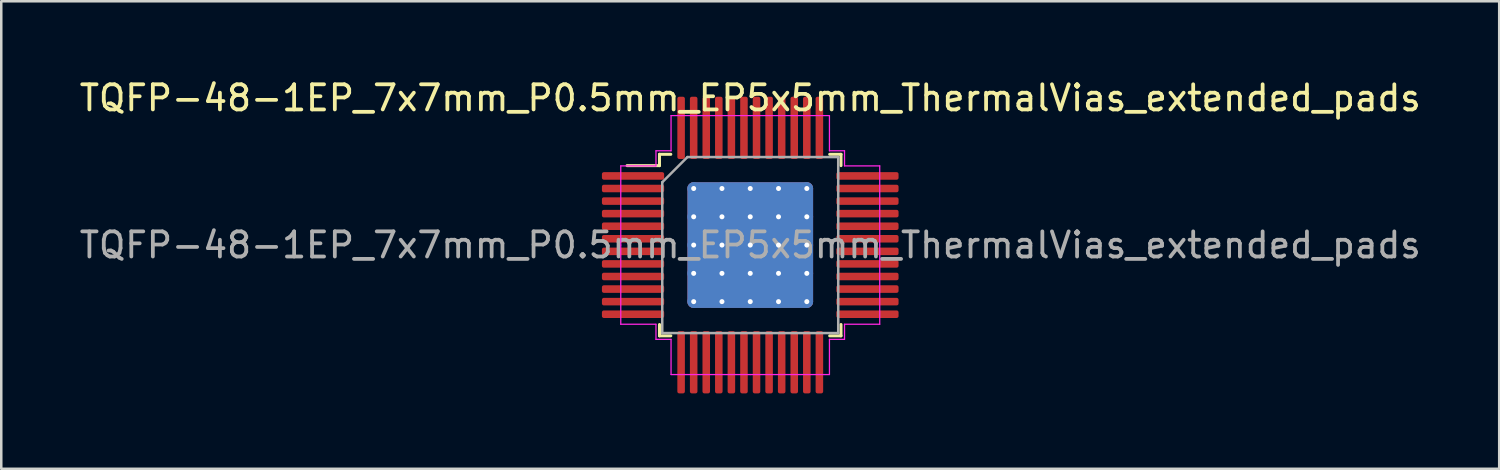
<source format=kicad_pcb>
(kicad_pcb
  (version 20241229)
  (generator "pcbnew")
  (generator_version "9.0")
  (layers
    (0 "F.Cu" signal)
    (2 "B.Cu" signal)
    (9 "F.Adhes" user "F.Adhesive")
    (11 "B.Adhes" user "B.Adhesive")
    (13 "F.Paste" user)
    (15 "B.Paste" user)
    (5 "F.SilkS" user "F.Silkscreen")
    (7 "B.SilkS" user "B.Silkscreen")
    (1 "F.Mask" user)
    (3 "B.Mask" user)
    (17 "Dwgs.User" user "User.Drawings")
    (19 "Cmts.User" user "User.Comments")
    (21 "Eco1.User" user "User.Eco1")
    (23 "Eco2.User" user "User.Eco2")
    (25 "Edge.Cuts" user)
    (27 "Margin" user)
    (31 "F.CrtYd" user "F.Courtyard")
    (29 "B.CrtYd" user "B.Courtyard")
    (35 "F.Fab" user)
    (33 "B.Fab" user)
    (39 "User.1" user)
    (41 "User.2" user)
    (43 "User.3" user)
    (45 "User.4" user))
  (footprint "TQFP-48-1EP_7x7mm_P0.5mm_EP5x5mm_ThermalVias_extended_pads"
    (layer "F.Cu")
    (at 26.792 6.698)
    (property "Reference" "TQFP-48-1EP_7x7mm_P0.5mm_EP5x5mm_ThermalVias_extended_pads" (at 0 -5.85 0) (layer "F.SilkS") (effects (font (size 1 1) (thickness 0.15))))
    (attr smd)
    (fp_line (start -3.61 -3.61) (end -3.61 -3.16) (stroke (width 0.12) (type solid)) (layer "F.SilkS"))
    (fp_line (start -3.61 -3.16) (end -4.9 -3.16) (stroke (width 0.12) (type solid)) (layer "F.SilkS"))
    (fp_line (start -3.61 3.61) (end -3.61 3.16) (stroke (width 0.12) (type solid)) (layer "F.SilkS"))
    (fp_line (start -3.16 -3.61) (end -3.61 -3.61) (stroke (width 0.12) (type solid)) (layer "F.SilkS"))
    (fp_line (start -3.16 3.61) (end -3.61 3.61) (stroke (width 0.12) (type solid)) (layer "F.SilkS"))
    (fp_line (start 3.16 -3.61) (end 3.61 -3.61) (stroke (width 0.12) (type solid)) (layer "F.SilkS"))
    (fp_line (start 3.16 3.61) (end 3.61 3.61) (stroke (width 0.12) (type solid)) (layer "F.SilkS"))
    (fp_line (start 3.61 -3.61) (end 3.61 -3.16) (stroke (width 0.12) (type solid)) (layer "F.SilkS"))
    (fp_line (start 3.61 3.61) (end 3.61 3.16) (stroke (width 0.12) (type solid)) (layer "F.SilkS"))
    (fp_line (start -5.15 -3.15) (end -5.15 0) (stroke (width 0.05) (type solid)) (layer "F.CrtYd"))
    (fp_line (start -5.15 3.15) (end -5.15 0) (stroke (width 0.05) (type solid)) (layer "F.CrtYd"))
    (fp_line (start -3.75 -3.75) (end -3.75 -3.15) (stroke (width 0.05) (type solid)) (layer "F.CrtYd"))
    (fp_line (start -3.75 -3.15) (end -5.15 -3.15) (stroke (width 0.05) (type solid)) (layer "F.CrtYd"))
    (fp_line (start -3.75 3.15) (end -5.15 3.15) (stroke (width 0.05) (type solid)) (layer "F.CrtYd"))
    (fp_line (start -3.75 3.75) (end -3.75 3.15) (stroke (width 0.05) (type solid)) (layer "F.CrtYd"))
    (fp_line (start -3.15 -5.15) (end -3.15 -3.75) (stroke (width 0.05) (type solid)) (layer "F.CrtYd"))
    (fp_line (start -3.15 -3.75) (end -3.75 -3.75) (stroke (width 0.05) (type solid)) (layer "F.CrtYd"))
    (fp_line (start -3.15 3.75) (end -3.75 3.75) (stroke (width 0.05) (type solid)) (layer "F.CrtYd"))
    (fp_line (start -3.15 5.15) (end -3.15 3.75) (stroke (width 0.05) (type solid)) (layer "F.CrtYd"))
    (fp_line (start 0 -5.15) (end -3.15 -5.15) (stroke (width 0.05) (type solid)) (layer "F.CrtYd"))
    (fp_line (start 0 -5.15) (end 3.15 -5.15) (stroke (width 0.05) (type solid)) (layer "F.CrtYd"))
    (fp_line (start 0 5.15) (end -3.15 5.15) (stroke (width 0.05) (type solid)) (layer "F.CrtYd"))
    (fp_line (start 0 5.15) (end 3.15 5.15) (stroke (width 0.05) (type solid)) (layer "F.CrtYd"))
    (fp_line (start 3.15 -5.15) (end 3.15 -3.75) (stroke (width 0.05) (type solid)) (layer "F.CrtYd"))
    (fp_line (start 3.15 -3.75) (end 3.75 -3.75) (stroke (width 0.05) (type solid)) (layer "F.CrtYd"))
    (fp_line (start 3.15 3.75) (end 3.75 3.75) (stroke (width 0.05) (type solid)) (layer "F.CrtYd"))
    (fp_line (start 3.15 5.15) (end 3.15 3.75) (stroke (width 0.05) (type solid)) (layer "F.CrtYd"))
    (fp_line (start 3.75 -3.75) (end 3.75 -3.15) (stroke (width 0.05) (type solid)) (layer "F.CrtYd"))
    (fp_line (start 3.75 -3.15) (end 5.15 -3.15) (stroke (width 0.05) (type solid)) (layer "F.CrtYd"))
    (fp_line (start 3.75 3.15) (end 5.15 3.15) (stroke (width 0.05) (type solid)) (layer "F.CrtYd"))
    (fp_line (start 3.75 3.75) (end 3.75 3.15) (stroke (width 0.05) (type solid)) (layer "F.CrtYd"))
    (fp_line (start 5.15 -3.15) (end 5.15 0) (stroke (width 0.05) (type solid)) (layer "F.CrtYd"))
    (fp_line (start 5.15 3.15) (end 5.15 0) (stroke (width 0.05) (type solid)) (layer "F.CrtYd"))
    (fp_line (start -3.5 -2.5) (end -2.5 -3.5) (stroke (width 0.1) (type solid)) (layer "F.Fab"))
    (fp_line (start -3.5 3.5) (end -3.5 -2.5) (stroke (width 0.1) (type solid)) (layer "F.Fab"))
    (fp_line (start -2.5 -3.5) (end 3.5 -3.5) (stroke (width 0.1) (type solid)) (layer "F.Fab"))
    (fp_line (start 3.5 -3.5) (end 3.5 3.5) (stroke (width 0.1) (type solid)) (layer "F.Fab"))
    (fp_line (start 3.5 3.5) (end -3.5 3.5) (stroke (width 0.1) (type solid)) (layer "F.Fab"))
    (fp_text user "${REFERENCE}" (at 0 0 0) (layer "F.Fab") (effects (font (size 1 1) (thickness 0.15))))
    (pad "" smd custom (at -1.688 -1.688) (size 0.891 0.891) (layers "F.Paste") (options (anchor circle)) (primitives (gr_poly (pts (xy -0.504 -0.338) (xy -0.338 -0.504) (xy 0.338 -0.504) (xy 0.504 -0.338) (xy 0.504 0.338) (xy 0.338 0.504) (xy -0.338 0.504) (xy -0.504 0.338)) (width 0) (fill yes))))
    (pad "" smd custom (at -1.688 -0.562) (size 0.891 0.891) (layers "F.Paste") (options (anchor circle)) (primitives (gr_poly (pts (xy -0.504 -0.338) (xy -0.338 -0.504) (xy 0.338 -0.504) (xy 0.504 -0.338) (xy 0.504 0.338) (xy 0.338 0.504) (xy -0.338 0.504) (xy -0.504 0.338)) (width 0) (fill yes))))
    (pad "" smd custom (at -1.688 0.562) (size 0.891 0.891) (layers "F.Paste") (options (anchor circle)) (primitives (gr_poly (pts (xy -0.504 -0.338) (xy -0.338 -0.504) (xy 0.338 -0.504) (xy 0.504 -0.338) (xy 0.504 0.338) (xy 0.338 0.504) (xy -0.338 0.504) (xy -0.504 0.338)) (width 0) (fill yes))))
    (pad "" smd custom (at -1.688 1.688) (size 0.891 0.891) (layers "F.Paste") (options (anchor circle)) (primitives (gr_poly (pts (xy -0.504 -0.338) (xy -0.338 -0.504) (xy 0.338 -0.504) (xy 0.504 -0.338) (xy 0.504 0.338) (xy 0.338 0.504) (xy -0.338 0.504) (xy -0.504 0.338)) (width 0) (fill yes))))
    (pad "" smd custom (at -0.562 -1.688) (size 0.891 0.891) (layers "F.Paste") (options (anchor circle)) (primitives (gr_poly (pts (xy -0.504 -0.338) (xy -0.338 -0.504) (xy 0.338 -0.504) (xy 0.504 -0.338) (xy 0.504 0.338) (xy 0.338 0.504) (xy -0.338 0.504) (xy -0.504 0.338)) (width 0) (fill yes))))
    (pad "" smd custom (at -0.562 -0.562) (size 0.891 0.891) (layers "F.Paste") (options (anchor circle)) (primitives (gr_poly (pts (xy -0.504 -0.338) (xy -0.338 -0.504) (xy 0.338 -0.504) (xy 0.504 -0.338) (xy 0.504 0.338) (xy 0.338 0.504) (xy -0.338 0.504) (xy -0.504 0.338)) (width 0) (fill yes))))
    (pad "" smd custom (at -0.562 0.562) (size 0.891 0.891) (layers "F.Paste") (options (anchor circle)) (primitives (gr_poly (pts (xy -0.504 -0.338) (xy -0.338 -0.504) (xy 0.338 -0.504) (xy 0.504 -0.338) (xy 0.504 0.338) (xy 0.338 0.504) (xy -0.338 0.504) (xy -0.504 0.338)) (width 0) (fill yes))))
    (pad "" smd custom (at -0.562 1.688) (size 0.891 0.891) (layers "F.Paste") (options (anchor circle)) (primitives (gr_poly (pts (xy -0.504 -0.338) (xy -0.338 -0.504) (xy 0.338 -0.504) (xy 0.504 -0.338) (xy 0.504 0.338) (xy 0.338 0.504) (xy -0.338 0.504) (xy -0.504 0.338)) (width 0) (fill yes))))
    (pad "" smd custom (at 0.562 -1.688) (size 0.891 0.891) (layers "F.Paste") (options (anchor circle)) (primitives (gr_poly (pts (xy -0.504 -0.338) (xy -0.338 -0.504) (xy 0.338 -0.504) (xy 0.504 -0.338) (xy 0.504 0.338) (xy 0.338 0.504) (xy -0.338 0.504) (xy -0.504 0.338)) (width 0) (fill yes))))
    (pad "" smd custom (at 0.562 -0.562) (size 0.891 0.891) (layers "F.Paste") (options (anchor circle)) (primitives (gr_poly (pts (xy -0.504 -0.338) (xy -0.338 -0.504) (xy 0.338 -0.504) (xy 0.504 -0.338) (xy 0.504 0.338) (xy 0.338 0.504) (xy -0.338 0.504) (xy -0.504 0.338)) (width 0) (fill yes))))
    (pad "" smd custom (at 0.562 0.562) (size 0.891 0.891) (layers "F.Paste") (options (anchor circle)) (primitives (gr_poly (pts (xy -0.504 -0.338) (xy -0.338 -0.504) (xy 0.338 -0.504) (xy 0.504 -0.338) (xy 0.504 0.338) (xy 0.338 0.504) (xy -0.338 0.504) (xy -0.504 0.338)) (width 0) (fill yes))))
    (pad "" smd custom (at 0.562 1.688) (size 0.891 0.891) (layers "F.Paste") (options (anchor circle)) (primitives (gr_poly (pts (xy -0.504 -0.338) (xy -0.338 -0.504) (xy 0.338 -0.504) (xy 0.504 -0.338) (xy 0.504 0.338) (xy 0.338 0.504) (xy -0.338 0.504) (xy -0.504 0.338)) (width 0) (fill yes))))
    (pad "" smd custom (at 1.688 -1.688) (size 0.891 0.891) (layers "F.Paste") (options (anchor circle)) (primitives (gr_poly (pts (xy -0.504 -0.338) (xy -0.338 -0.504) (xy 0.338 -0.504) (xy 0.504 -0.338) (xy 0.504 0.338) (xy 0.338 0.504) (xy -0.338 0.504) (xy -0.504 0.338)) (width 0) (fill yes))))
    (pad "" smd custom (at 1.688 -0.562) (size 0.891 0.891) (layers "F.Paste") (options (anchor circle)) (primitives (gr_poly (pts (xy -0.504 -0.338) (xy -0.338 -0.504) (xy 0.338 -0.504) (xy 0.504 -0.338) (xy 0.504 0.338) (xy 0.338 0.504) (xy -0.338 0.504) (xy -0.504 0.338)) (width 0) (fill yes))))
    (pad "" smd custom (at 1.688 0.562) (size 0.891 0.891) (layers "F.Paste") (options (anchor circle)) (primitives (gr_poly (pts (xy -0.504 -0.338) (xy -0.338 -0.504) (xy 0.338 -0.504) (xy 0.504 -0.338) (xy 0.504 0.338) (xy 0.338 0.504) (xy -0.338 0.504) (xy -0.504 0.338)) (width 0) (fill yes))))
    (pad "" smd custom (at 1.688 1.688) (size 0.891 0.891) (layers "F.Paste") (options (anchor circle)) (primitives (gr_poly (pts (xy -0.504 -0.338) (xy -0.338 -0.504) (xy 0.338 -0.504) (xy 0.504 -0.338) (xy 0.504 0.338) (xy 0.338 0.504) (xy -0.338 0.504) (xy -0.504 0.338)) (width 0) (fill yes))))
    (pad "1" smd roundrect (at -4.162 -2.75) (size 2.475 0.3) (drill (offset -0.5 0)) (layers "F.Cu" "F.Mask" "F.Paste") (roundrect_rratio 0.25))
    (pad "2" smd roundrect (at -4.162 -2.25) (size 2.475 0.3) (drill (offset -0.5 0)) (layers "F.Cu" "F.Mask" "F.Paste") (roundrect_rratio 0.25))
    (pad "3" smd roundrect (at -4.162 -1.75) (size 2.475 0.3) (drill (offset -0.5 0)) (layers "F.Cu" "F.Mask" "F.Paste") (roundrect_rratio 0.25))
    (pad "4" smd roundrect (at -4.162 -1.25) (size 2.475 0.3) (drill (offset -0.5 0)) (layers "F.Cu" "F.Mask" "F.Paste") (roundrect_rratio 0.25))
    (pad "5" smd roundrect (at -4.162 -0.75) (size 2.475 0.3) (drill (offset -0.5 0)) (layers "F.Cu" "F.Mask" "F.Paste") (roundrect_rratio 0.25))
    (pad "6" smd roundrect (at -4.162 -0.25) (size 2.475 0.3) (drill (offset -0.5 0)) (layers "F.Cu" "F.Mask" "F.Paste") (roundrect_rratio 0.25))
    (pad "7" smd roundrect (at -4.162 0.25) (size 2.475 0.3) (drill (offset -0.5 0)) (layers "F.Cu" "F.Mask" "F.Paste") (roundrect_rratio 0.25))
    (pad "8" smd roundrect (at -4.162 0.75) (size 2.475 0.3) (drill (offset -0.5 0)) (layers "F.Cu" "F.Mask" "F.Paste") (roundrect_rratio 0.25))
    (pad "9" smd roundrect (at -4.162 1.25) (size 2.475 0.3) (drill (offset -0.5 0)) (layers "F.Cu" "F.Mask" "F.Paste") (roundrect_rratio 0.25))
    (pad "10" smd roundrect (at -4.162 1.75) (size 2.475 0.3) (drill (offset -0.5 0)) (layers "F.Cu" "F.Mask" "F.Paste") (roundrect_rratio 0.25))
    (pad "11" smd roundrect (at -4.162 2.25) (size 2.475 0.3) (drill (offset -0.5 0)) (layers "F.Cu" "F.Mask" "F.Paste") (roundrect_rratio 0.25))
    (pad "12" smd roundrect (at -4.162 2.75) (size 2.475 0.3) (drill (offset -0.5 0)) (layers "F.Cu" "F.Mask" "F.Paste") (roundrect_rratio 0.25))
    (pad "13" smd roundrect (at -2.75 4.162) (size 0.3 2.475) (drill (offset 0 0.5)) (layers "F.Cu" "F.Mask" "F.Paste") (roundrect_rratio 0.25))
    (pad "14" smd roundrect (at -2.25 4.162) (size 0.3 2.475) (drill (offset 0 0.5)) (layers "F.Cu" "F.Mask" "F.Paste") (roundrect_rratio 0.25))
    (pad "15" smd roundrect (at -1.75 4.162) (size 0.3 2.475) (drill (offset 0 0.5)) (layers "F.Cu" "F.Mask" "F.Paste") (roundrect_rratio 0.25))
    (pad "16" smd roundrect (at -1.25 4.162) (size 0.3 2.475) (drill (offset 0 0.5)) (layers "F.Cu" "F.Mask" "F.Paste") (roundrect_rratio 0.25))
    (pad "17" smd roundrect (at -0.75 4.162) (size 0.3 2.475) (drill (offset 0 0.5)) (layers "F.Cu" "F.Mask" "F.Paste") (roundrect_rratio 0.25))
    (pad "18" smd roundrect (at -0.25 4.162) (size 0.3 2.475) (drill (offset 0 0.5)) (layers "F.Cu" "F.Mask" "F.Paste") (roundrect_rratio 0.25))
    (pad "19" smd roundrect (at 0.25 4.162) (size 0.3 2.475) (drill (offset 0 0.5)) (layers "F.Cu" "F.Mask" "F.Paste") (roundrect_rratio 0.25))
    (pad "20" smd roundrect (at 0.75 4.162) (size 0.3 2.475) (drill (offset 0 0.5)) (layers "F.Cu" "F.Mask" "F.Paste") (roundrect_rratio 0.25))
    (pad "21" smd roundrect (at 1.25 4.162) (size 0.3 2.475) (drill (offset 0 0.5)) (layers "F.Cu" "F.Mask" "F.Paste") (roundrect_rratio 0.25))
    (pad "22" smd roundrect (at 1.75 4.162) (size 0.3 2.475) (drill (offset 0 0.5)) (layers "F.Cu" "F.Mask" "F.Paste") (roundrect_rratio 0.25))
    (pad "23" smd roundrect (at 2.25 4.162) (size 0.3 2.475) (drill (offset 0 0.5)) (layers "F.Cu" "F.Mask" "F.Paste") (roundrect_rratio 0.25))
    (pad "24" smd roundrect (at 2.75 4.162) (size 0.3 2.475) (drill (offset 0 0.5)) (layers "F.Cu" "F.Mask" "F.Paste") (roundrect_rratio 0.25))
    (pad "25" smd roundrect (at 4.162 2.75) (size 2.475 0.3) (drill (offset 0.5 0)) (layers "F.Cu" "F.Mask" "F.Paste") (roundrect_rratio 0.25))
    (pad "26" smd roundrect (at 4.162 2.25) (size 2.475 0.3) (drill (offset 0.5 0)) (layers "F.Cu" "F.Mask" "F.Paste") (roundrect_rratio 0.25))
    (pad "27" smd roundrect (at 4.162 1.75) (size 2.475 0.3) (drill (offset 0.5 0)) (layers "F.Cu" "F.Mask" "F.Paste") (roundrect_rratio 0.25))
    (pad "28" smd roundrect (at 4.162 1.25) (size 2.475 0.3) (drill (offset 0.5 0)) (layers "F.Cu" "F.Mask" "F.Paste") (roundrect_rratio 0.25))
    (pad "29" smd roundrect (at 4.162 0.75) (size 2.475 0.3) (drill (offset 0.5 0)) (layers "F.Cu" "F.Mask" "F.Paste") (roundrect_rratio 0.25))
    (pad "30" smd roundrect (at 4.162 0.25) (size 2.475 0.3) (drill (offset 0.5 0)) (layers "F.Cu" "F.Mask" "F.Paste") (roundrect_rratio 0.25))
    (pad "31" smd roundrect (at 4.162 -0.25) (size 2.475 0.3) (drill (offset 0.5 0)) (layers "F.Cu" "F.Mask" "F.Paste") (roundrect_rratio 0.25))
    (pad "32" smd roundrect (at 4.162 -0.75) (size 2.475 0.3) (drill (offset 0.5 0)) (layers "F.Cu" "F.Mask" "F.Paste") (roundrect_rratio 0.25))
    (pad "33" smd roundrect (at 4.162 -1.25) (size 2.475 0.3) (drill (offset 0.5 0)) (layers "F.Cu" "F.Mask" "F.Paste") (roundrect_rratio 0.25))
    (pad "34" smd roundrect (at 4.162 -1.75) (size 2.475 0.3) (drill (offset 0.5 0)) (layers "F.Cu" "F.Mask" "F.Paste") (roundrect_rratio 0.25))
    (pad "35" smd roundrect (at 4.162 -2.25) (size 2.475 0.3) (drill (offset 0.5 0)) (layers "F.Cu" "F.Mask" "F.Paste") (roundrect_rratio 0.25))
    (pad "36" smd roundrect (at 4.162 -2.75) (size 2.475 0.3) (drill (offset 0.5 0)) (layers "F.Cu" "F.Mask" "F.Paste") (roundrect_rratio 0.25))
    (pad "37" smd roundrect (at 2.75 -4.162) (size 0.3 2.475) (drill (offset 0 -0.5)) (layers "F.Cu" "F.Mask" "F.Paste") (roundrect_rratio 0.25))
    (pad "38" smd roundrect (at 2.25 -4.162) (size 0.3 2.475) (drill (offset 0 -0.5)) (layers "F.Cu" "F.Mask" "F.Paste") (roundrect_rratio 0.25))
    (pad "39" smd roundrect (at 1.75 -4.162) (size 0.3 2.475) (drill (offset 0 -0.5)) (layers "F.Cu" "F.Mask" "F.Paste") (roundrect_rratio 0.25))
    (pad "40" smd roundrect (at 1.25 -4.162) (size 0.3 2.475) (drill (offset 0 -0.5)) (layers "F.Cu" "F.Mask" "F.Paste") (roundrect_rratio 0.25))
    (pad "41" smd roundrect (at 0.75 -4.162) (size 0.3 2.475) (drill (offset 0 -0.5)) (layers "F.Cu" "F.Mask" "F.Paste") (roundrect_rratio 0.25))
    (pad "42" smd roundrect (at 0.25 -4.162) (size 0.3 2.475) (drill (offset 0 -0.5)) (layers "F.Cu" "F.Mask" "F.Paste") (roundrect_rratio 0.25))
    (pad "43" smd roundrect (at -0.25 -4.162) (size 0.3 2.475) (drill (offset 0 -0.5)) (layers "F.Cu" "F.Mask" "F.Paste") (roundrect_rratio 0.25))
    (pad "44" smd roundrect (at -0.75 -4.162) (size 0.3 2.475) (drill (offset 0 -0.5)) (layers "F.Cu" "F.Mask" "F.Paste") (roundrect_rratio 0.25))
    (pad "45" smd roundrect (at -1.25 -4.162) (size 0.3 2.475) (drill (offset 0 -0.5)) (layers "F.Cu" "F.Mask" "F.Paste") (roundrect_rratio 0.25))
    (pad "46" smd roundrect (at -1.75 -4.162) (size 0.3 2.475) (drill (offset 0 -0.5)) (layers "F.Cu" "F.Mask" "F.Paste") (roundrect_rratio 0.25))
    (pad "47" smd roundrect (at -2.25 -4.162) (size 0.3 2.475) (drill (offset 0 -0.5)) (layers "F.Cu" "F.Mask" "F.Paste") (roundrect_rratio 0.25))
    (pad "48" smd roundrect (at -2.75 -4.162) (size 0.3 2.475) (drill (offset 0 -0.5)) (layers "F.Cu" "F.Mask" "F.Paste") (roundrect_rratio 0.25))
    (pad "49" thru_hole circle (at -2.25 -2.25) (size 0.5 0.5) (drill 0.2) (layers "*.Cu"))
    (pad "49" thru_hole circle (at -2.25 -1.125) (size 0.5 0.5) (drill 0.2) (layers "*.Cu"))
    (pad "49" thru_hole circle (at -2.25 0) (size 0.5 0.5) (drill 0.2) (layers "*.Cu"))
    (pad "49" thru_hole circle (at -2.25 1.125) (size 0.5 0.5) (drill 0.2) (layers "*.Cu"))
    (pad "49" thru_hole circle (at -2.25 2.25) (size 0.5 0.5) (drill 0.2) (layers "*.Cu"))
    (pad "49" thru_hole circle (at -1.125 -2.25) (size 0.5 0.5) (drill 0.2) (layers "*.Cu"))
    (pad "49" thru_hole circle (at -1.125 -1.125) (size 0.5 0.5) (drill 0.2) (layers "*.Cu"))
    (pad "49" thru_hole circle (at -1.125 0) (size 0.5 0.5) (drill 0.2) (layers "*.Cu"))
    (pad "49" thru_hole circle (at -1.125 1.125) (size 0.5 0.5) (drill 0.2) (layers "*.Cu"))
    (pad "49" thru_hole circle (at -1.125 2.25) (size 0.5 0.5) (drill 0.2) (layers "*.Cu"))
    (pad "49" thru_hole circle (at 0 -2.25) (size 0.5 0.5) (drill 0.2) (layers "*.Cu"))
    (pad "49" thru_hole circle (at 0 -1.125) (size 0.5 0.5) (drill 0.2) (layers "*.Cu"))
    (pad "49" thru_hole circle (at 0 0) (size 0.5 0.5) (drill 0.2) (layers "*.Cu"))
    (pad "49" smd roundrect (at 0 0) (size 5 5) (layers "F.Cu" "F.Mask") (roundrect_rratio 0.05))
    (pad "49" smd roundrect (at 0 0) (size 5 5) (layers "B.Cu") (roundrect_rratio 0.05))
    (pad "49" thru_hole circle (at 0 1.125) (size 0.5 0.5) (drill 0.2) (layers "*.Cu"))
    (pad "49" thru_hole circle (at 0 2.25) (size 0.5 0.5) (drill 0.2) (layers "*.Cu"))
    (pad "49" thru_hole circle (at 1.125 -2.25) (size 0.5 0.5) (drill 0.2) (layers "*.Cu"))
    (pad "49" thru_hole circle (at 1.125 -1.125) (size 0.5 0.5) (drill 0.2) (layers "*.Cu"))
    (pad "49" thru_hole circle (at 1.125 0) (size 0.5 0.5) (drill 0.2) (layers "*.Cu"))
    (pad "49" thru_hole circle (at 1.125 1.125) (size 0.5 0.5) (drill 0.2) (layers "*.Cu"))
    (pad "49" thru_hole circle (at 1.125 2.25) (size 0.5 0.5) (drill 0.2) (layers "*.Cu"))
    (pad "49" thru_hole circle (at 2.25 -2.25) (size 0.5 0.5) (drill 0.2) (layers "*.Cu"))
    (pad "49" thru_hole circle (at 2.25 -1.125) (size 0.5 0.5) (drill 0.2) (layers "*.Cu"))
    (pad "49" thru_hole circle (at 2.25 0) (size 0.5 0.5) (drill 0.2) (layers "*.Cu"))
    (pad "49" thru_hole circle (at 2.25 1.125) (size 0.5 0.5) (drill 0.2) (layers "*.Cu"))
    (pad "49" thru_hole circle (at 2.25 2.25) (size 0.5 0.5) (drill 0.2) (layers "*.Cu")))
  (gr_rect
    (start -3 -3)
    (end 56.583 15.598)
    (stroke (width 0.1) (type default))
    (fill no)
    (layer "Edge.Cuts")))
</source>
